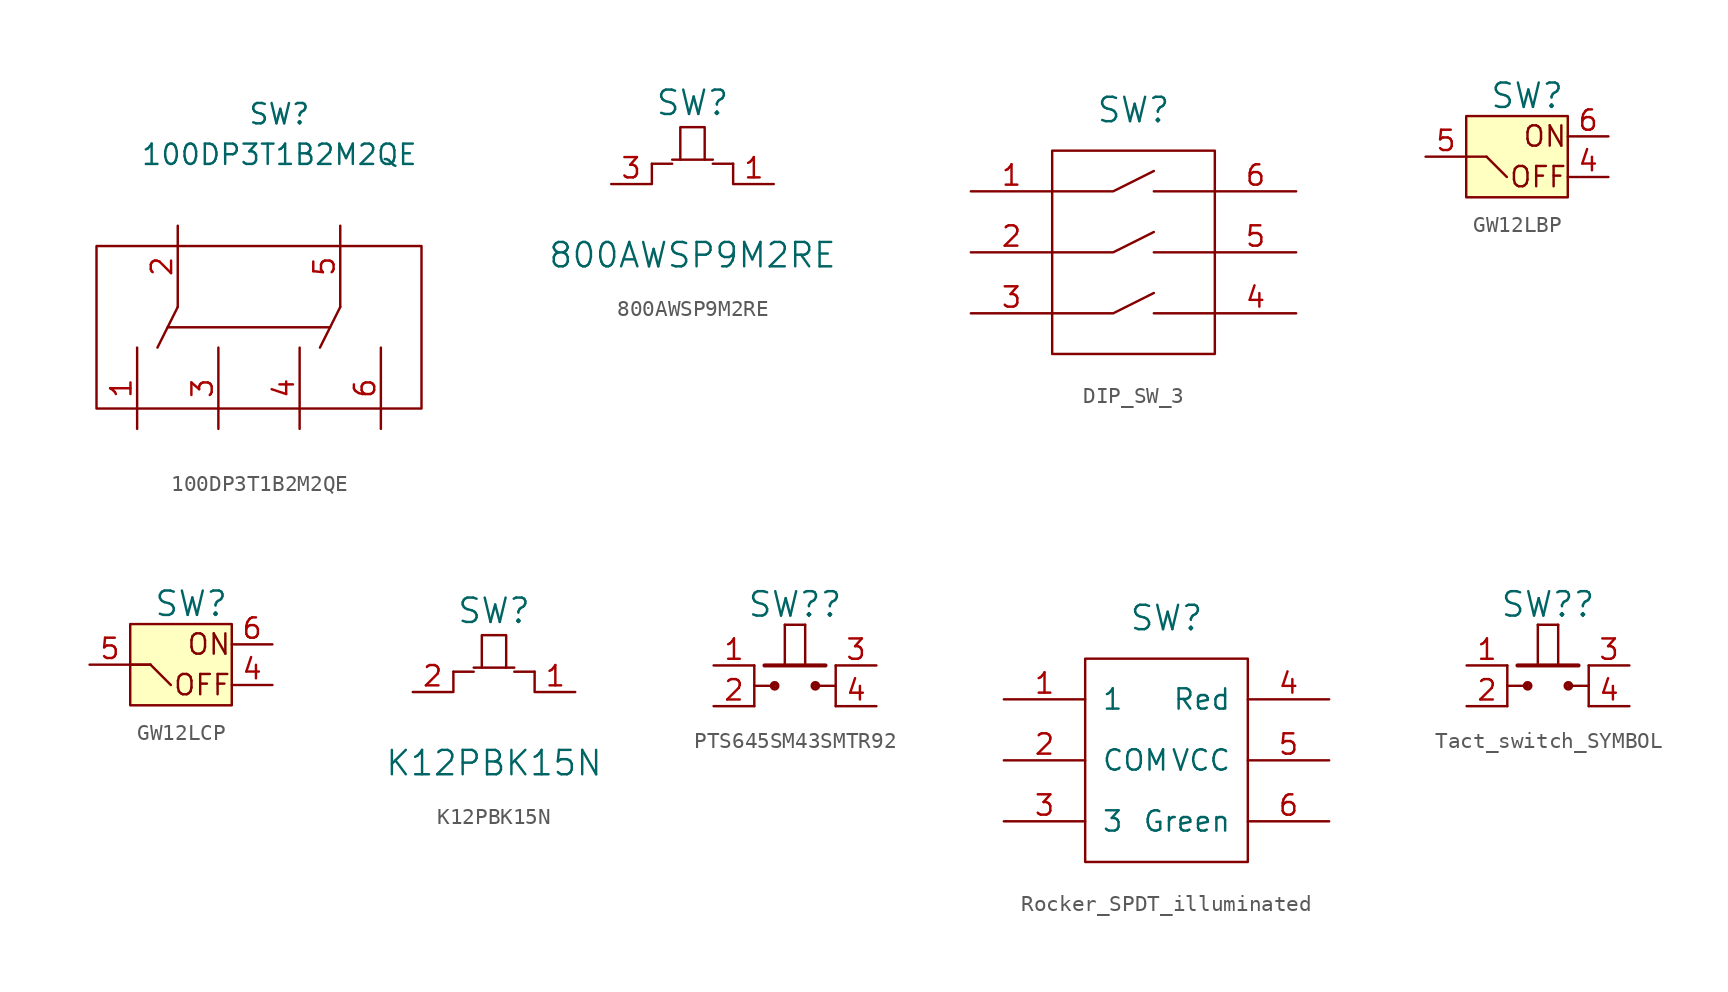
<source format=kicad_sym>
(kicad_symbol_lib
  (version 20211014)
  (generator kicad_symbol_editor)
  (symbol "100DP3T1B2M2QE"
    (pin_names
      (offset 1.016))
    (property "Reference" "SW"
      (at 1.27 13.335 0)
      (effects (font (size 1.27 1.27))))
    (property "Value" "100DP3T1B2M2QE"
      (at 1.27 10.795 0)
      (effects (font (size 1.27 1.27))))
    (symbol "100DP3T1B2M2QE_0_1"
      (rectangle (start -10.16 5.08) (end 10.16 -5.08) (stroke (width 0) (type default) (color 0 0 0 0)) (fill (type none)))
      (polyline (pts (xy -5.08 1.27) (xy -6.35 -1.27)) (stroke (width 0) (type default) (color 0 0 0 0)) (fill (type none)))
      (polyline (pts (xy 4.445 0) (xy -5.715 0)) (stroke (width 0) (type default) (color 0 0 0 0)) (fill (type none)))
      (polyline (pts (xy 5.08 1.27) (xy 3.81 -1.27)) (stroke (width 0) (type default) (color 0 0 0 0)) (fill (type none))))
    (symbol "100DP3T1B2M2QE_1_1"
      (pin output line (at -7.62 -6.35 90) (length 5.08) (name "~" (effects (font (size 1.27 1.27)))) (number "1" (effects (font (size 1.27 1.27)))))
      (pin input line (at -5.08 6.35 270) (length 5.08) (name "~" (effects (font (size 1.27 1.27)))) (number "2" (effects (font (size 1.27 1.27)))))
      (pin output line (at -2.54 -6.35 90) (length 5.08) (name "~" (effects (font (size 1.27 1.27)))) (number "3" (effects (font (size 1.27 1.27)))))
      (pin output line (at 2.54 -6.35 90) (length 5.08) (name "~" (effects (font (size 1.27 1.27)))) (number "4" (effects (font (size 1.27 1.27)))))
      (pin input line (at 5.08 6.35 270) (length 5.08) (name "~" (effects (font (size 1.27 1.27)))) (number "5" (effects (font (size 1.27 1.27)))))
      (pin output line (at 7.62 -6.35 90) (length 5.08) (name "~" (effects (font (size 1.27 1.27)))) (number "6" (effects (font (size 1.27 1.27)))))))
  (symbol "800AWSP9M2RE"
    (pin_names
      (offset 0) hide)
    (property "Reference" "SW"
      (at 0 3.81 0)
      (effects (font (size 1.524 1.524))))
    (property "Value" "800AWSP9M2RE"
      (at 0 -5.715 0)
      (effects (font (size 1.524 1.524))))
    (symbol "800AWSP9M2RE_0_1"
      (polyline (pts (xy -2.54 -1.27) (xy -2.54 0)) (stroke (width 0) (type default) (color 0 0 0 0)) (fill (type none)))
      (polyline (pts (xy -2.54 0) (xy -1.27 0)) (stroke (width 0) (type default) (color 0 0 0 0)) (fill (type none)))
      (polyline (pts (xy -0.762 0.254) (xy -1.27 0.254)) (stroke (width 0) (type default) (color 0 0 0 0)) (fill (type none)))
      (polyline (pts (xy 0.762 0.254) (xy 1.27 0.254)) (stroke (width 0) (type default) (color 0 0 0 0)) (fill (type none)))
      (polyline (pts (xy 2.54 -1.27) (xy 2.54 0)) (stroke (width 0) (type default) (color 0 0 0 0)) (fill (type none)))
      (polyline (pts (xy 2.54 0) (xy 1.27 0)) (stroke (width 0) (type default) (color 0 0 0 0)) (fill (type none)))
      (polyline (pts (xy -0.762 0.254) (xy -0.762 2.286) (xy 0.762 2.286) (xy 0.762 0.254) (xy -0.762 0.254)) (stroke (width 0) (type default) (color 0 0 0 0)) (fill (type none))))
    (symbol "800AWSP9M2RE_1_1"
      (pin input line (at 5.08 -1.27 180) (length 2.489) (name "~" (effects (font (size 1.27 1.27)))) (number "1" (effects (font (size 1.27 1.27)))))
      (pin input line (at -5.08 -1.27 0) (length 2.489) (name "r" (effects (font (size 1.27 1.27)))) (number "3" (effects (font (size 1.27 1.27)))))))
  (symbol "DIP_SW_3"
    (pin_names
      (offset 1.016))
    (property "Reference" "SW"
      (at 0 10.16 0)
      (effects (font (size 1.524 1.524))))
    (symbol "DIP_SW_3_0_1"
      (rectangle (start -5.08 7.62) (end 5.08 -5.08) (stroke (width 0) (type default) (color 0 0 0 0)) (fill (type none)))
      (polyline (pts (xy 5.08 5.08) (xy 1.27 5.08)) (stroke (width 0) (type default) (color 0 0 0 0)) (fill (type none)))
      (polyline (pts (xy -5.08 5.08) (xy -1.27 5.08) (xy 1.27 6.35)) (stroke (width 0) (type default) (color 0 0 0 0)) (fill (type none))))
    (symbol "DIP_SW_3_1_1"
      (polyline (pts (xy 5.08 -2.54) (xy 1.27 -2.54)) (stroke (width 0) (type default) (color 0 0 0 0)) (fill (type none)))
      (polyline (pts (xy 5.08 1.27) (xy 1.27 1.27)) (stroke (width 0) (type default) (color 0 0 0 0)) (fill (type none)))
      (polyline (pts (xy -5.08 -2.54) (xy -1.27 -2.54) (xy 1.27 -1.27)) (stroke (width 0) (type default) (color 0 0 0 0)) (fill (type none)))
      (polyline (pts (xy -5.08 1.27) (xy -1.27 1.27) (xy 1.27 2.54)) (stroke (width 0) (type default) (color 0 0 0 0)) (fill (type none)))
      (pin input line (at -10.16 5.08 0) (length 5.08) (name "~" (effects (font (size 1.27 1.27)))) (number "1" (effects (font (size 1.27 1.27)))))
      (pin input line (at -10.16 1.27 0) (length 5.08) (name "~" (effects (font (size 1.27 1.27)))) (number "2" (effects (font (size 1.27 1.27)))))
      (pin input line (at -10.16 -2.54 0) (length 5.08) (name "~" (effects (font (size 1.27 1.27)))) (number "3" (effects (font (size 1.27 1.27)))))
      (pin input line (at 10.16 -2.54 180) (length 5.08) (name "~" (effects (font (size 1.27 1.27)))) (number "4" (effects (font (size 1.27 1.27)))))
      (pin input line (at 10.16 1.27 180) (length 5.08) (name "~" (effects (font (size 1.27 1.27)))) (number "5" (effects (font (size 1.27 1.27)))))
      (pin input line (at 10.16 5.08 180) (length 5.08) (name "~" (effects (font (size 1.27 1.27)))) (number "6" (effects (font (size 1.27 1.27)))))))
  (symbol "GW12LBP"
    (pin_names
      (offset 0) hide)
    (property "Reference" "SW"
      (at 0 3.81 0)
      (effects (font (size 1.524 1.524))))
    (symbol "GW12LBP_0_0"
      (polyline (pts (xy -2.54 0) (xy -1.27 -1.27)) (stroke (width 0) (type default) (color 0 0 0 0)) (fill (type none)))
      (text "OFF" (at 2.54 -1.27 0) (effects (font (size 1.27 1.27)) (justify right)))
      (text "ON" (at 2.54 1.27 0) (effects (font (size 1.27 1.27)) (justify right))))
    (symbol "GW12LBP_0_1"
      (rectangle (start -3.81 2.54) (end 2.54 -2.54) (stroke (width 0) (type default) (color 0 0 0 0)) (fill (type background)))
      (polyline (pts (xy -2.54 0) (xy -3.81 0)) (stroke (width 0) (type default) (color 0 0 0 0)) (fill (type none))))
    (symbol "GW12LBP_1_1"
      (pin passive line (at 5.08 -1.27 180) (length 2.54) (name "OFF" (effects (font (size 1.27 1.27)))) (number "4" (effects (font (size 1.27 1.27)))))
      (pin passive line (at -6.35 0 0) (length 2.54) (name "eComm" (effects (font (size 1.27 1.27)))) (number "5" (effects (font (size 1.27 1.27)))))
      (pin passive line (at 5.08 1.27 180) (length 2.54) (name "ON" (effects (font (size 1.27 1.27)))) (number "6" (effects (font (size 1.27 1.27)))))))
  (symbol "GW12LCP"
    (pin_names
      (offset 0) hide)
    (property "Reference" "SW"
      (at 0 3.81 0)
      (effects (font (size 1.524 1.524))))
    (symbol "GW12LCP_0_1"
      (rectangle (start -3.81 2.54) (end 2.54 -2.54) (stroke (width 0) (type default) (color 0 0 0 0)) (fill (type background)))
      (polyline (pts (xy -2.54 0) (xy -3.81 0)) (stroke (width 0) (type default) (color 0 0 0 0)) (fill (type none))))
    (symbol "GW12LCP_1_0"
      (polyline (pts (xy -2.54 0) (xy -1.27 -1.27)) (stroke (width 0) (type default) (color 0 0 0 0)) (fill (type none)))
      (text "OFF" (at 2.54 -1.27 0) (effects (font (size 1.27 1.27)) (justify right)))
      (text "ON" (at 2.54 1.27 0) (effects (font (size 1.27 1.27)) (justify right))))
    (symbol "GW12LCP_1_1"
      (polyline (pts (xy -2.54 0) (xy -3.81 0)) (stroke (width 0) (type default) (color 0 0 0 0)) (fill (type none)))
      (pin passive line (at 5.08 -1.27 180) (length 2.54) (name "OFF" (effects (font (size 1.27 1.27)))) (number "4" (effects (font (size 1.27 1.27)))))
      (pin passive line (at -6.35 0 0) (length 2.54) (name "eComm" (effects (font (size 1.27 1.27)))) (number "5" (effects (font (size 1.27 1.27)))))
      (pin passive line (at 5.08 1.27 180) (length 2.54) (name "ON" (effects (font (size 1.27 1.27)))) (number "6" (effects (font (size 1.27 1.27)))))))
  (symbol "K12PBK15N"
    (pin_names
      (offset 0) hide)
    (property "Reference" "SW"
      (at 0 3.81 0)
      (effects (font (size 1.524 1.524))))
    (property "Value" "K12PBK15N"
      (at 0 -5.715 0)
      (effects (font (size 1.524 1.524))))
    (symbol "K12PBK15N_0_1"
      (polyline (pts (xy -2.54 -1.27) (xy -2.54 0)) (stroke (width 0) (type default) (color 0 0 0 0)) (fill (type none)))
      (polyline (pts (xy -2.54 0) (xy -1.27 0)) (stroke (width 0) (type default) (color 0 0 0 0)) (fill (type none)))
      (polyline (pts (xy -0.762 0.254) (xy -1.27 0.254)) (stroke (width 0) (type default) (color 0 0 0 0)) (fill (type none)))
      (polyline (pts (xy 0.762 0.254) (xy 1.27 0.254)) (stroke (width 0) (type default) (color 0 0 0 0)) (fill (type none)))
      (polyline (pts (xy 2.54 -1.27) (xy 2.54 0)) (stroke (width 0) (type default) (color 0 0 0 0)) (fill (type none)))
      (polyline (pts (xy 2.54 0) (xy 1.27 0)) (stroke (width 0) (type default) (color 0 0 0 0)) (fill (type none)))
      (polyline (pts (xy -0.762 0.254) (xy -0.762 2.286) (xy 0.762 2.286) (xy 0.762 0.254) (xy -0.762 0.254)) (stroke (width 0) (type default) (color 0 0 0 0)) (fill (type none))))
    (symbol "K12PBK15N_1_1"
      (pin input line (at 5.08 -1.27 180) (length 2.489) (name "~" (effects (font (size 1.27 1.27)))) (number "1" (effects (font (size 1.27 1.27)))))
      (pin input line (at -5.08 -1.27 0) (length 2.489) (name "r" (effects (font (size 1.27 1.27)))) (number "2" (effects (font (size 1.27 1.27)))))))
  (symbol "PTS645SM43SMTR92"
    (pin_names
      (offset 0) hide)
    (property "Reference" "SW?"
      (at 0 3.81 0)
      (effects (font (size 1.524 1.524))))
    (symbol "PTS645SM43SMTR92_0_1"
      (rectangle (start -2.54 0) (end -2.54 -2.54) (stroke (width 0) (type default) (color 0 0 0 0)) (fill (type background)))
      (rectangle (start -1.905 0) (end 1.905 0) (stroke (width 0.254) (type default) (color 0 0 0 0)) (fill (type background)))
      (rectangle (start -1.27 -1.27) (end -2.54 -1.27) (stroke (width 0) (type default) (color 0 0 0 0)) (fill (type background)))
      (circle (center -1.27 -1.27) (radius 0.178) (stroke (width 0.254) (type default) (color 0 0 0 0)) (fill (type none)))
      (rectangle (start -0.635 0) (end -0.635 2.54) (stroke (width 0) (type default) (color 0 0 0 0)) (fill (type background)))
      (rectangle (start 0.635 2.54) (end -0.635 2.54) (stroke (width 0) (type default) (color 0 0 0 0)) (fill (type background)))
      (rectangle (start 0.635 2.54) (end 0.635 0) (stroke (width 0) (type default) (color 0 0 0 0)) (fill (type background)))
      (circle (center 1.27 -1.27) (radius 0.178) (stroke (width 0.254) (type default) (color 0 0 0 0)) (fill (type none)))
      (rectangle (start 1.27 -1.27) (end 2.54 -1.27) (stroke (width 0) (type default) (color 0 0 0 0)) (fill (type background)))
      (rectangle (start 2.54 0) (end 2.54 -2.54) (stroke (width 0) (type default) (color 0 0 0 0)) (fill (type background))))
    (symbol "PTS645SM43SMTR92_1_1"
      (pin input line (at -5.08 0 0) (length 2.54) (name "1" (effects (font (size 1.27 1.27)))) (number "1" (effects (font (size 1.27 1.27)))))
      (pin input line (at -5.08 -2.54 0) (length 2.54) (name "2" (effects (font (size 1.27 1.27)))) (number "2" (effects (font (size 1.27 1.27)))))
      (pin input line (at 5.08 0 180) (length 2.54) (name "3" (effects (font (size 1.27 1.27)))) (number "3" (effects (font (size 1.27 1.27)))))
      (pin input line (at 5.08 -2.54 180) (length 2.54) (name "4" (effects (font (size 1.27 1.27)))) (number "4" (effects (font (size 1.27 1.27)))))))
  (symbol "Rocker_SPDT_illuminated"
    (pin_names
      (offset 1.016))
    (property "Reference" "SW"
      (at 0 10.16 0)
      (effects (font (size 1.524 1.524))))
    (symbol "Rocker_SPDT_illuminated_0_1"
      (rectangle (start -5.08 7.62) (end 5.08 -5.08) (stroke (width 0) (type default) (color 0 0 0 0)) (fill (type none))))
    (symbol "Rocker_SPDT_illuminated_1_1"
      (pin input line (at -10.16 5.08 0) (length 5.08) (name "1" (effects (font (size 1.27 1.27)))) (number "1" (effects (font (size 1.27 1.27)))))
      (pin input line (at -10.16 1.27 0) (length 5.08) (name "COM" (effects (font (size 1.27 1.27)))) (number "2" (effects (font (size 1.27 1.27)))))
      (pin input line (at -10.16 -2.54 0) (length 5.08) (name "3" (effects (font (size 1.27 1.27)))) (number "3" (effects (font (size 1.27 1.27)))))
      (pin input line (at 10.16 5.08 180) (length 5.08) (name "Red" (effects (font (size 1.27 1.27)))) (number "4" (effects (font (size 1.27 1.27)))))
      (pin input line (at 10.16 1.27 180) (length 5.08) (name "VCC" (effects (font (size 1.27 1.27)))) (number "5" (effects (font (size 1.27 1.27)))))
      (pin input line (at 10.16 -2.54 180) (length 5.08) (name "Green" (effects (font (size 1.27 1.27)))) (number "6" (effects (font (size 1.27 1.27)))))))
  (symbol "Tact_switch_SYMBOL"
    (pin_names
      (offset 0) hide)
    (property "Reference" "SW?"
      (at 0 3.81 0)
      (effects (font (size 1.524 1.524))))
    (symbol "Tact_switch_SYMBOL_0_1"
      (rectangle (start -2.54 0) (end -2.54 -2.54) (stroke (width 0) (type default) (color 0 0 0 0)) (fill (type background)))
      (rectangle (start -1.905 0) (end 1.905 0) (stroke (width 0.254) (type default) (color 0 0 0 0)) (fill (type background)))
      (rectangle (start -1.27 -1.27) (end -2.54 -1.27) (stroke (width 0) (type default) (color 0 0 0 0)) (fill (type background)))
      (circle (center -1.27 -1.27) (radius 0.178) (stroke (width 0.254) (type default) (color 0 0 0 0)) (fill (type none)))
      (rectangle (start -0.635 0) (end -0.635 2.54) (stroke (width 0) (type default) (color 0 0 0 0)) (fill (type background)))
      (rectangle (start 0.635 2.54) (end -0.635 2.54) (stroke (width 0) (type default) (color 0 0 0 0)) (fill (type background)))
      (rectangle (start 0.635 2.54) (end 0.635 0) (stroke (width 0) (type default) (color 0 0 0 0)) (fill (type background)))
      (circle (center 1.27 -1.27) (radius 0.178) (stroke (width 0.254) (type default) (color 0 0 0 0)) (fill (type none)))
      (rectangle (start 1.27 -1.27) (end 2.54 -1.27) (stroke (width 0) (type default) (color 0 0 0 0)) (fill (type background)))
      (rectangle (start 2.54 0) (end 2.54 -2.54) (stroke (width 0) (type default) (color 0 0 0 0)) (fill (type background))))
    (symbol "Tact_switch_SYMBOL_1_1"
      (pin input line (at -5.08 0 0) (length 2.54) (name "1" (effects (font (size 1.27 1.27)))) (number "1" (effects (font (size 1.27 1.27)))))
      (pin input line (at -5.08 -2.54 0) (length 2.54) (name "2" (effects (font (size 1.27 1.27)))) (number "2" (effects (font (size 1.27 1.27)))))
      (pin input line (at 5.08 0 180) (length 2.54) (name "3" (effects (font (size 1.27 1.27)))) (number "3" (effects (font (size 1.27 1.27)))))
      (pin input line (at 5.08 -2.54 180) (length 2.54) (name "4" (effects (font (size 1.27 1.27)))) (number "4" (effects (font (size 1.27 1.27))))))))
</source>
